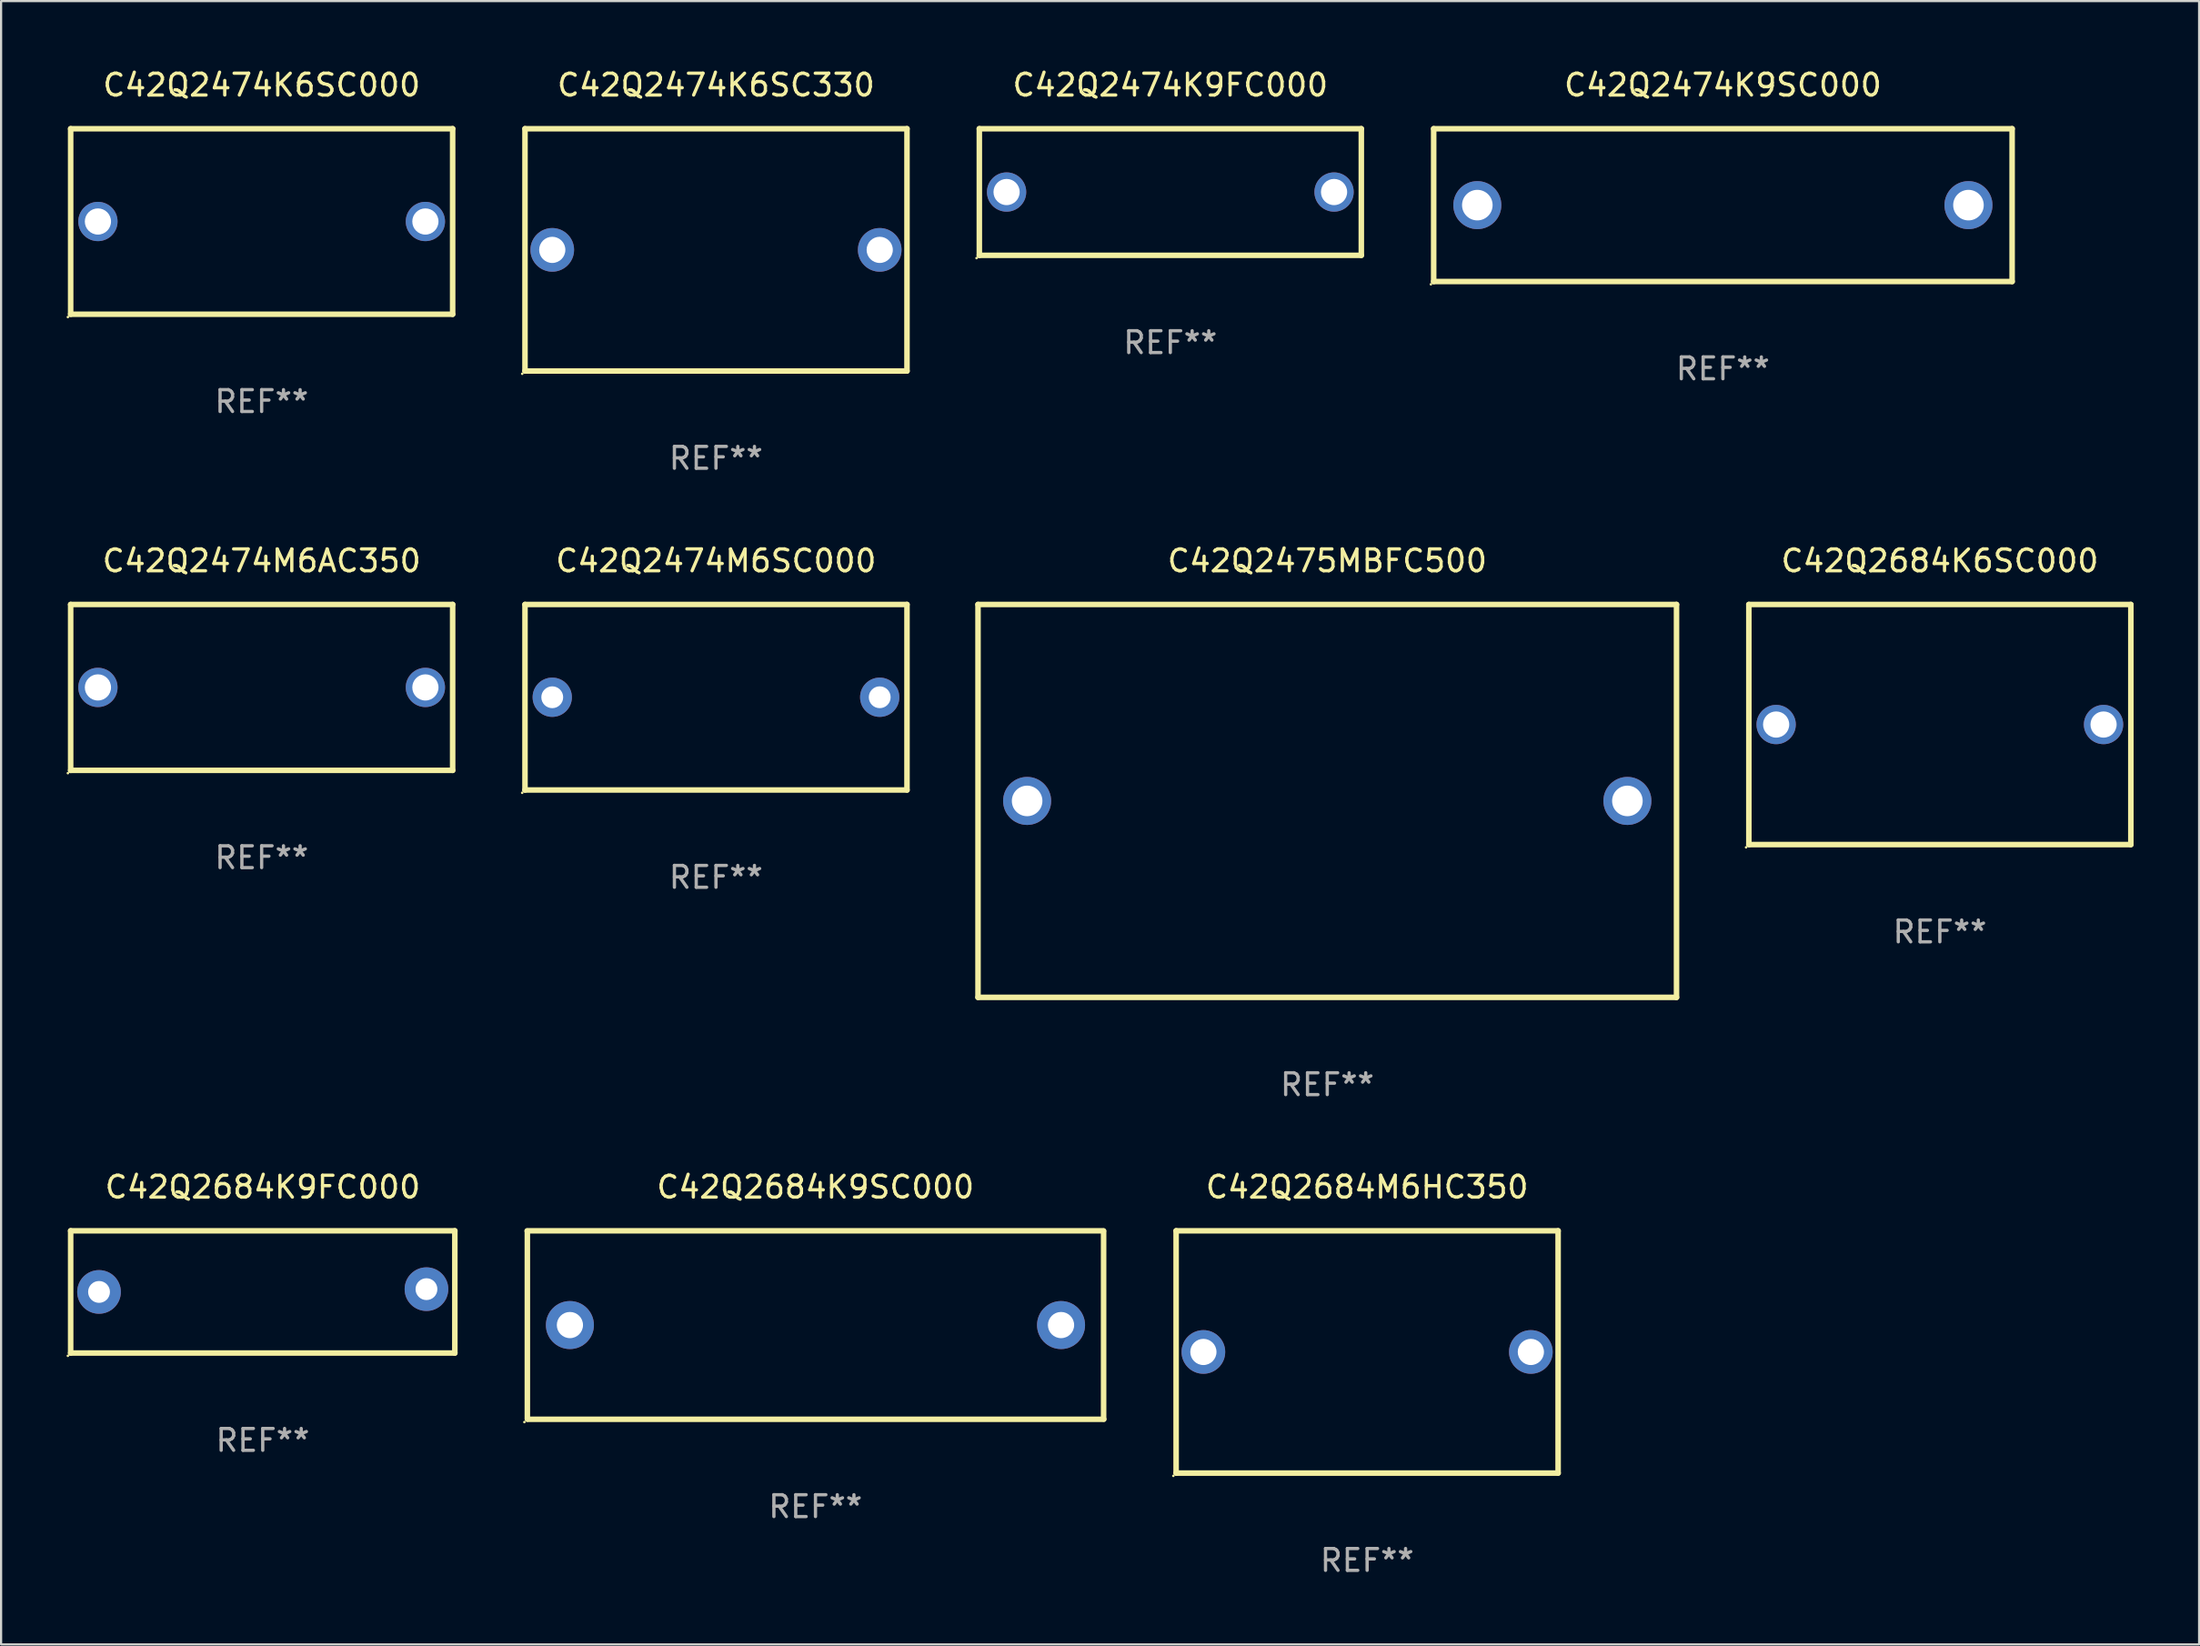
<source format=kicad_pcb>
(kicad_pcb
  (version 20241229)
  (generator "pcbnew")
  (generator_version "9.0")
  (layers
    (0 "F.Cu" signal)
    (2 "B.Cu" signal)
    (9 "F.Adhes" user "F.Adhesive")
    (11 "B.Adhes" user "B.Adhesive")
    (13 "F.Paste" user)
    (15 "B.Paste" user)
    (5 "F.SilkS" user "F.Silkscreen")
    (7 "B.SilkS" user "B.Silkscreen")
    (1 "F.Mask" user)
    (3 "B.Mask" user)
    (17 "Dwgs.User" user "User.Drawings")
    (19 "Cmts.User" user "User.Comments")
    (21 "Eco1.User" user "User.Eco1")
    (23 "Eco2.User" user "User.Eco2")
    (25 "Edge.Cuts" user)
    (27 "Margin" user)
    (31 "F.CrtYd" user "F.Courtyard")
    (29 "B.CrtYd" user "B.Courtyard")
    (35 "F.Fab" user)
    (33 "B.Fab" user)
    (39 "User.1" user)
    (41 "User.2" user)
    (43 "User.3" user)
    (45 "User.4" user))
  (footprint "C42Q2684K6SC000"
    (layer "F.Cu")
    (at 85.819 30.145)
    (property "Reference" "C42Q2684K6SC000" (at 0 -7.5 0) (layer "F.SilkS") (effects (font (size 1 1) (thickness 0.15))))
    (attr through_hole)
    (fp_line (start -8.75 -5.5) (end 8.75 -5.5) (stroke (width 0.254) (type solid)) (layer "F.SilkS"))
    (fp_line (start -8.75 5.5) (end -8.75 -5.5) (stroke (width 0.254) (type solid)) (layer "F.SilkS"))
    (fp_line (start 8.75 -5.5) (end 8.75 5.5) (stroke (width 0.254) (type solid)) (layer "F.SilkS"))
    (fp_line (start 8.75 5.5) (end -8.75 5.5) (stroke (width 0.254) (type solid)) (layer "F.SilkS"))
    (fp_circle (center -8.877 5.627) (end -8.847 5.627) (stroke (width 0.06) (type solid)) (fill no) (layer "F.SilkS"))
    (fp_text user "REF**" (at 0 9.5 0) (layer "F.Fab") (effects (font (size 1 1) (thickness 0.15))))
    (pad "1" thru_hole circle (at -7.5 0) (size 1.8 1.8) (drill 1.2) (layers "*.Cu" "*.Mask"))
    (pad "2" thru_hole circle (at 7.5 0) (size 1.8 1.8) (drill 1.2) (layers "*.Cu" "*.Mask")))
  (footprint "C42Q2474K9FC000"
    (layer "F.Cu")
    (at 50.565 5.748)
    (property "Reference" "C42Q2474K9FC000" (at 0 -4.9 0) (layer "F.SilkS") (effects (font (size 1 1) (thickness 0.15))))
    (attr through_hole)
    (fp_line (start -8.75 -2.9) (end 8.75 -2.9) (stroke (width 0.254) (type solid)) (layer "F.SilkS"))
    (fp_line (start -8.75 2.9) (end -8.75 -2.9) (stroke (width 0.254) (type solid)) (layer "F.SilkS"))
    (fp_line (start 8.75 -2.9) (end 8.75 2.9) (stroke (width 0.254) (type solid)) (layer "F.SilkS"))
    (fp_line (start 8.75 2.9) (end -8.75 2.9) (stroke (width 0.254) (type solid)) (layer "F.SilkS"))
    (fp_circle (center -8.877 3.027) (end -8.847 3.027) (stroke (width 0.06) (type solid)) (fill no) (layer "F.SilkS"))
    (fp_text user "REF**" (at 0 6.9 0) (layer "F.Fab") (effects (font (size 1 1) (thickness 0.15))))
    (pad "1" thru_hole circle (at -7.501 0) (size 1.8 1.8) (drill 1.2) (layers "*.Cu" "*.Mask"))
    (pad "2" thru_hole circle (at 7.501 0) (size 1.8 1.8) (drill 1.2) (layers "*.Cu" "*.Mask")))
  (footprint "C42Q2474K9SC000"
    (layer "F.Cu")
    (at 75.88 6.348)
    (property "Reference" "C42Q2474K9SC000" (at 0 -5.5 0) (layer "F.SilkS") (effects (font (size 1 1) (thickness 0.15))))
    (attr through_hole)
    (fp_line (start -13.25 -3.5) (end 13.25 -3.5) (stroke (width 0.254) (type solid)) (layer "F.SilkS"))
    (fp_line (start -13.25 3.5) (end -13.25 -3.5) (stroke (width 0.254) (type solid)) (layer "F.SilkS"))
    (fp_line (start 13.25 -3.5) (end 13.25 3.5) (stroke (width 0.254) (type solid)) (layer "F.SilkS"))
    (fp_line (start 13.25 3.5) (end -13.25 3.5) (stroke (width 0.254) (type solid)) (layer "F.SilkS"))
    (fp_circle (center -13.377 3.627) (end -13.347 3.627) (stroke (width 0.06) (type solid)) (fill no) (layer "F.SilkS"))
    (fp_text user "REF**" (at 0 7.5 0) (layer "F.Fab") (effects (font (size 1 1) (thickness 0.15))))
    (pad "1" thru_hole circle (at -11.25 0) (size 2.2 2.2) (drill 1.4) (layers "*.Cu" "*.Mask"))
    (pad "2" thru_hole circle (at 11.25 0) (size 2.2 2.2) (drill 1.4) (layers "*.Cu" "*.Mask")))
  (footprint "C42Q2474K6SC330"
    (layer "F.Cu")
    (at 29.751 8.398)
    (property "Reference" "C42Q2474K6SC330" (at 0 -7.55 0) (layer "F.SilkS") (effects (font (size 1 1) (thickness 0.15))))
    (attr through_hole)
    (fp_line (start -8.75 -5.55) (end 8.75 -5.55) (stroke (width 0.254) (type solid)) (layer "F.SilkS"))
    (fp_line (start -8.75 5.55) (end -8.75 -5.55) (stroke (width 0.254) (type solid)) (layer "F.SilkS"))
    (fp_line (start 8.75 -5.55) (end 8.75 5.55) (stroke (width 0.254) (type solid)) (layer "F.SilkS"))
    (fp_line (start 8.75 5.55) (end -8.75 5.55) (stroke (width 0.254) (type solid)) (layer "F.SilkS"))
    (fp_circle (center -8.877 5.677) (end -8.847 5.677) (stroke (width 0.06) (type solid)) (fill no) (layer "F.SilkS"))
    (fp_text user "REF**" (at 0 9.55 0) (layer "F.Fab") (effects (font (size 1 1) (thickness 0.15))))
    (pad "1" thru_hole circle (at -7.501 0) (size 2 2) (drill 1.2) (layers "*.Cu" "*.Mask"))
    (pad "2" thru_hole circle (at 7.501 0) (size 2 2) (drill 1.2) (layers "*.Cu" "*.Mask")))
  (footprint "C42Q2474M6SC000"
    (layer "F.Cu")
    (at 29.751 28.895)
    (property "Reference" "C42Q2474M6SC000" (at 0 -6.25 0) (layer "F.SilkS") (effects (font (size 1 1) (thickness 0.15))))
    (attr through_hole)
    (fp_line (start -8.75 -4.25) (end 8.75 -4.25) (stroke (width 0.254) (type solid)) (layer "F.SilkS"))
    (fp_line (start -8.75 4.25) (end -8.75 -4.25) (stroke (width 0.254) (type solid)) (layer "F.SilkS"))
    (fp_line (start 8.75 -4.25) (end 8.75 4.25) (stroke (width 0.254) (type solid)) (layer "F.SilkS"))
    (fp_line (start 8.75 4.25) (end -8.75 4.25) (stroke (width 0.254) (type solid)) (layer "F.SilkS"))
    (fp_circle (center -8.877 4.377) (end -8.847 4.377) (stroke (width 0.06) (type solid)) (fill no) (layer "F.SilkS"))
    (fp_text user "REF**" (at 0 8.25 0) (layer "F.Fab") (effects (font (size 1 1) (thickness 0.15))))
    (pad "1" thru_hole circle (at -7.501 -0.000025) (size 1.8 1.8) (drill 1) (layers "*.Cu" "*.Mask"))
    (pad "2" thru_hole circle (at 7.501 -0.000025) (size 1.8 1.8) (drill 1) (layers "*.Cu" "*.Mask")))
  (footprint "C42Q2684K9SC000"
    (layer "F.Cu")
    (at 34.309 57.659)
    (property "Reference" "C42Q2684K9SC000" (at 0 -6.318 0) (layer "F.SilkS") (effects (font (size 1 1) (thickness 0.15))))
    (attr through_hole)
    (fp_line (start -13.208 -4.318) (end 13.193 -4.318) (stroke (width 0.254) (type solid)) (layer "F.SilkS"))
    (fp_line (start -13.2 4.3) (end -13.2 -4.3) (stroke (width 0.254) (type solid)) (layer "F.SilkS"))
    (fp_line (start 13.2 -4.3) (end 13.2 4.3) (stroke (width 0.254) (type solid)) (layer "F.SilkS"))
    (fp_line (start 13.208 4.318) (end -13.193 4.318) (stroke (width 0.254) (type solid)) (layer "F.SilkS"))
    (fp_circle (center -13.335 4.445) (end -13.305 4.445) (stroke (width 0.06) (type solid)) (fill no) (layer "F.SilkS"))
    (fp_text user "REF**" (at 0 8.318 0) (layer "F.Fab") (effects (font (size 1 1) (thickness 0.15))))
    (pad "1" thru_hole circle (at -11.25 0) (size 2.2 2.2) (drill 1.2) (layers "*.Cu" "*.Mask"))
    (pad "2" thru_hole circle (at 11.25 0) (size 2.2 2.2) (drill 1.2) (layers "*.Cu" "*.Mask")))
  (footprint "C42Q2475MBFC500"
    (layer "F.Cu")
    (at 57.755 33.645)
    (property "Reference" "C42Q2475MBFC500" (at 0 -11 0) (layer "F.SilkS") (effects (font (size 1 1) (thickness 0.15))))
    (attr through_hole)
    (fp_line (start -16 -9) (end 16 -9) (stroke (width 0.254) (type solid)) (layer "F.SilkS"))
    (fp_line (start -16 9) (end -16 -9) (stroke (width 0.254) (type solid)) (layer "F.SilkS"))
    (fp_line (start 16 -9) (end 16 9) (stroke (width 0.254) (type solid)) (layer "F.SilkS"))
    (fp_line (start 16 9) (end -16 9) (stroke (width 0.254) (type solid)) (layer "F.SilkS"))
    (fp_circle (center -16 9) (end -15.97 9) (stroke (width 0.06) (type solid)) (fill no) (layer "F.SilkS"))
    (fp_text user "REF**" (at 0 13 0) (layer "F.Fab") (effects (font (size 1 1) (thickness 0.15))))
    (pad "1" thru_hole circle (at -13.75 0) (size 2.2 2.2) (drill 1.4) (layers "*.Cu" "*.Mask"))
    (pad "2" thru_hole circle (at 13.75 0) (size 2.2 2.2) (drill 1.4) (layers "*.Cu" "*.Mask")))
  (footprint "C42Q2474K6SC000"
    (layer "F.Cu")
    (at 8.937 7.098)
    (property "Reference" "C42Q2474K6SC000" (at 0 -6.25 0) (layer "F.SilkS") (effects (font (size 1 1) (thickness 0.15))))
    (attr through_hole)
    (fp_line (start -8.75 -4.25) (end 8.75 -4.25) (stroke (width 0.254) (type solid)) (layer "F.SilkS"))
    (fp_line (start -8.75 4.25) (end -8.75 -4.25) (stroke (width 0.254) (type solid)) (layer "F.SilkS"))
    (fp_line (start 8.75 -4.25) (end 8.75 4.25) (stroke (width 0.254) (type solid)) (layer "F.SilkS"))
    (fp_line (start 8.75 4.25) (end -8.75 4.25) (stroke (width 0.254) (type solid)) (layer "F.SilkS"))
    (fp_circle (center -8.877 4.377) (end -8.847 4.377) (stroke (width 0.06) (type solid)) (fill no) (layer "F.SilkS"))
    (fp_text user "REF**" (at 0 8.25 0) (layer "F.Fab") (effects (font (size 1 1) (thickness 0.15))))
    (pad "1" thru_hole circle (at -7.501 -0.000025) (size 1.8 1.8) (drill 1.2) (layers "*.Cu" "*.Mask"))
    (pad "2" thru_hole circle (at 7.501 -0.000025) (size 1.8 1.8) (drill 1.2) (layers "*.Cu" "*.Mask")))
  (footprint "C42Q2474M6AC350"
    (layer "F.Cu")
    (at 8.937 28.445)
    (property "Reference" "C42Q2474M6AC350" (at 0 -5.8 0) (layer "F.SilkS") (effects (font (size 1 1) (thickness 0.15))))
    (attr through_hole)
    (fp_line (start -8.75 -3.8) (end 8.75 -3.8) (stroke (width 0.254) (type solid)) (layer "F.SilkS"))
    (fp_line (start -8.75 3.8) (end -8.75 -3.8) (stroke (width 0.254) (type solid)) (layer "F.SilkS"))
    (fp_line (start 8.75 -3.8) (end 8.75 3.8) (stroke (width 0.254) (type solid)) (layer "F.SilkS"))
    (fp_line (start 8.75 3.8) (end -8.75 3.8) (stroke (width 0.254) (type solid)) (layer "F.SilkS"))
    (fp_circle (center -8.877 3.927) (end -8.847 3.927) (stroke (width 0.06) (type solid)) (fill no) (layer "F.SilkS"))
    (fp_text user "REF**" (at 0 7.8 0) (layer "F.Fab") (effects (font (size 1 1) (thickness 0.15))))
    (pad "1" thru_hole circle (at -7.501 0) (size 1.8 1.8) (drill 1.2) (layers "*.Cu" "*.Mask"))
    (pad "2" thru_hole circle (at 7.501 0) (size 1.8 1.8) (drill 1.2) (layers "*.Cu" "*.Mask")))
  (footprint "C42Q2684M6HC350"
    (layer "F.Cu")
    (at 59.581 58.891)
    (property "Reference" "C42Q2684M6HC350" (at 0 -7.55 0) (layer "F.SilkS") (effects (font (size 1 1) (thickness 0.15))))
    (attr through_hole)
    (fp_line (start -8.75 -5.55) (end 8.75 -5.55) (stroke (width 0.254) (type solid)) (layer "F.SilkS"))
    (fp_line (start -8.75 5.55) (end -8.75 -5.55) (stroke (width 0.254) (type solid)) (layer "F.SilkS"))
    (fp_line (start 8.75 -5.55) (end 8.75 5.55) (stroke (width 0.254) (type solid)) (layer "F.SilkS"))
    (fp_line (start 8.75 5.55) (end -8.75 5.55) (stroke (width 0.254) (type solid)) (layer "F.SilkS"))
    (fp_circle (center -8.877 5.677) (end -8.847 5.677) (stroke (width 0.06) (type solid)) (fill no) (layer "F.SilkS"))
    (fp_text user "REF**" (at 0 9.55 0) (layer "F.Fab") (effects (font (size 1 1) (thickness 0.15))))
    (pad "1" thru_hole circle (at -7.501 0) (size 2 2) (drill 1.2) (layers "*.Cu" "*.Mask"))
    (pad "2" thru_hole circle (at 7.501 0) (size 2 2) (drill 1.2) (layers "*.Cu" "*.Mask")))
  (footprint "C42Q2684K9FC000"
    (layer "F.Cu")
    (at 8.987 56.141)
    (property "Reference" "C42Q2684K9FC000" (at 0 -4.8 0) (layer "F.SilkS") (effects (font (size 1 1) (thickness 0.15))))
    (attr through_hole)
    (fp_line (start -8.8 -2.8) (end 8.8 -2.8) (stroke (width 0.254) (type solid)) (layer "F.SilkS"))
    (fp_line (start -8.8 2.8) (end -8.8 -2.8) (stroke (width 0.254) (type solid)) (layer "F.SilkS"))
    (fp_line (start 8.8 -2.8) (end 8.8 2.8) (stroke (width 0.254) (type solid)) (layer "F.SilkS"))
    (fp_line (start 8.8 2.8) (end -8.8 2.8) (stroke (width 0.254) (type solid)) (layer "F.SilkS"))
    (fp_circle (center -8.927 2.927) (end -8.897 2.927) (stroke (width 0.06) (type solid)) (fill no) (layer "F.SilkS"))
    (fp_text user "REF**" (at 0 6.8 0) (layer "F.Fab") (effects (font (size 1 1) (thickness 0.15))))
    (pad "1" thru_hole circle (at -7.5 0) (size 2 2) (drill 1) (layers "*.Cu" "*.Mask"))
    (pad "2" thru_hole circle (at 7.5 -0.127) (size 2 2) (drill 1) (layers "*.Cu" "*.Mask")))
  (gr_rect
    (start -3 -3)
    (end 97.696 72.29)
    (stroke (width 0.1) (type default))
    (fill no)
    (layer "Edge.Cuts")))
</source>
